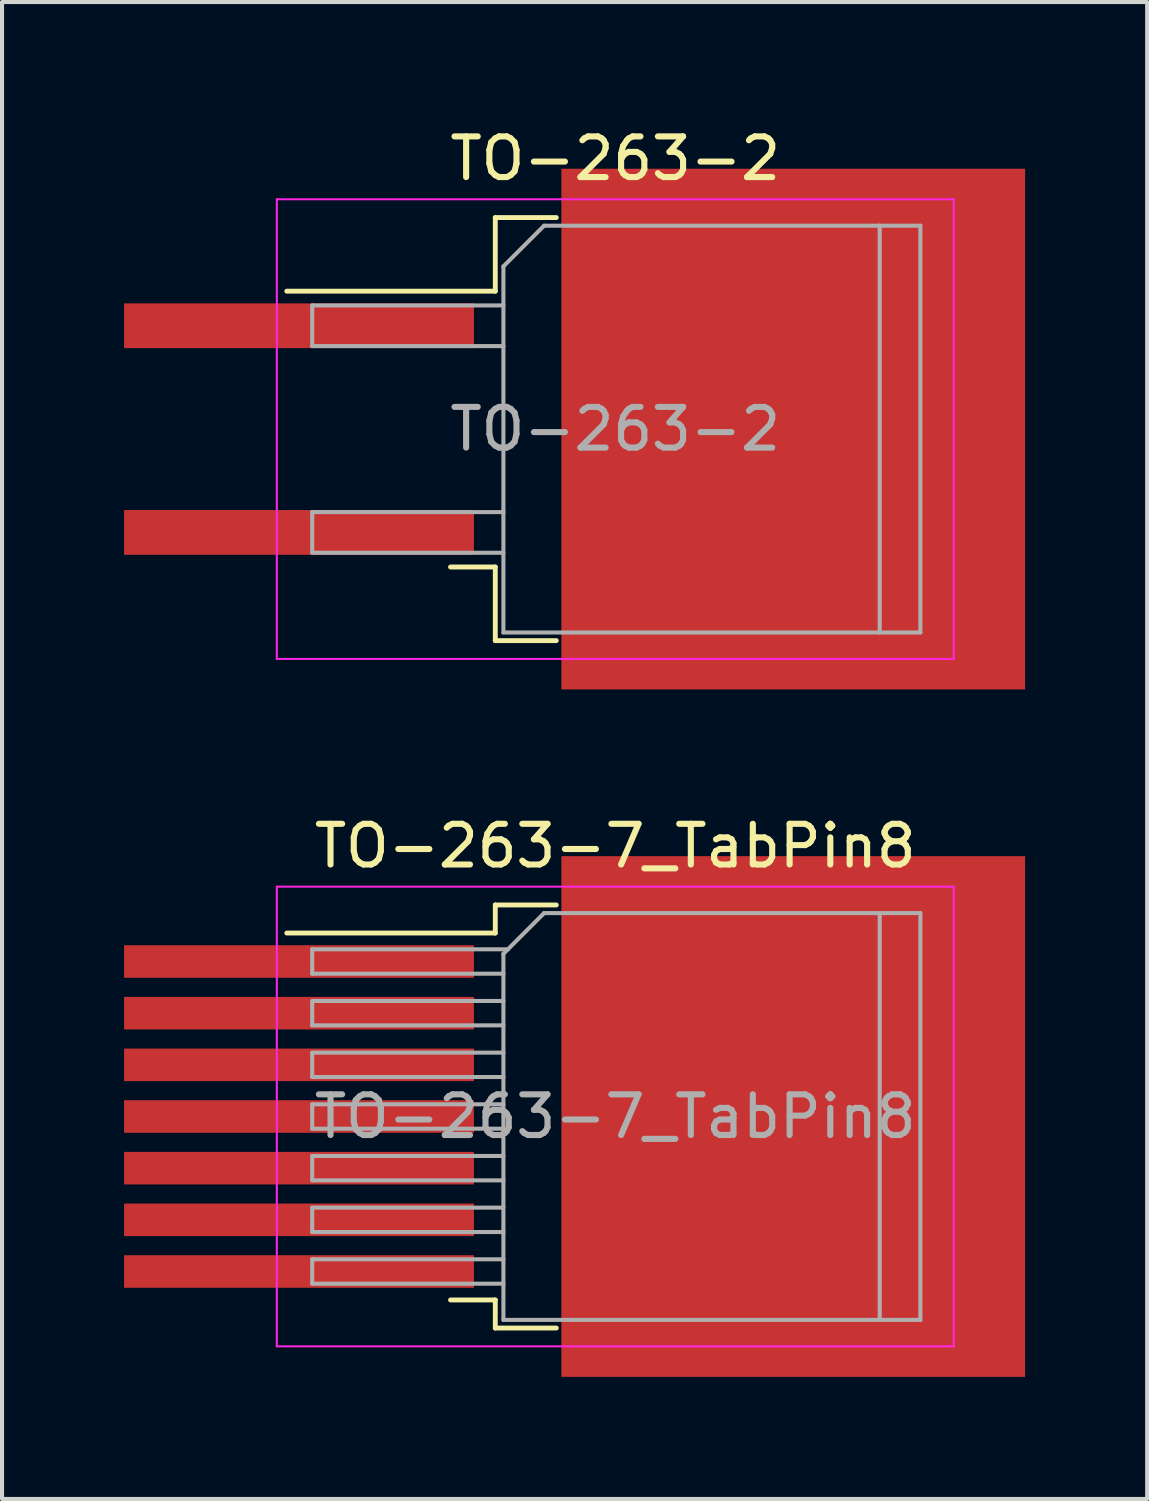
<source format=kicad_pcb>
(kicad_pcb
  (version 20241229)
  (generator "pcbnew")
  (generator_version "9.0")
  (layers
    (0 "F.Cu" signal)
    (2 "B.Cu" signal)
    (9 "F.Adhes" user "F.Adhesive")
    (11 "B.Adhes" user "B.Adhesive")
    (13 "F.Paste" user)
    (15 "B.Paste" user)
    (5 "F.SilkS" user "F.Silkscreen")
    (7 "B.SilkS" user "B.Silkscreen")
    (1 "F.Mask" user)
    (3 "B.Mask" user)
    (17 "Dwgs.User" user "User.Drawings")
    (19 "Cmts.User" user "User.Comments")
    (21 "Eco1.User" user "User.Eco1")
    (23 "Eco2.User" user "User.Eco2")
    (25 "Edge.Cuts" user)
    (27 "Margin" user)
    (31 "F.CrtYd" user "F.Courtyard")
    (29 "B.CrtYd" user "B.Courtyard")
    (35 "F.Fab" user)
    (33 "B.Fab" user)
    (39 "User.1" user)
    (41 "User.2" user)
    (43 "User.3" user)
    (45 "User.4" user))
  (footprint "TO-263-2"
    (layer "F.Cu")
    (at 12.075 7.498)
    (property "Reference" "TO-263-2" (at 0 -6.65 0) (layer "F.SilkS") (effects (font (size 1 1) (thickness 0.15))))
    (attr smd)
    (fp_line (start -2.95 -5.2) (end -2.95 -3.39) (stroke (width 0.12) (type solid)) (layer "F.SilkS"))
    (fp_line (start -2.95 -3.39) (end -8.075 -3.39) (stroke (width 0.12) (type solid)) (layer "F.SilkS"))
    (fp_line (start -2.95 3.39) (end -4.05 3.39) (stroke (width 0.12) (type solid)) (layer "F.SilkS"))
    (fp_line (start -2.95 5.2) (end -2.95 3.39) (stroke (width 0.12) (type solid)) (layer "F.SilkS"))
    (fp_line (start -1.45 -5.2) (end -2.95 -5.2) (stroke (width 0.12) (type solid)) (layer "F.SilkS"))
    (fp_line (start -1.45 5.2) (end -2.95 5.2) (stroke (width 0.12) (type solid)) (layer "F.SilkS"))
    (fp_line (start -8.32 -5.65) (end -8.32 5.65) (stroke (width 0.05) (type solid)) (layer "F.CrtYd"))
    (fp_line (start -8.32 5.65) (end 8.32 5.65) (stroke (width 0.05) (type solid)) (layer "F.CrtYd"))
    (fp_line (start 8.32 -5.65) (end -8.32 -5.65) (stroke (width 0.05) (type solid)) (layer "F.CrtYd"))
    (fp_line (start 8.32 5.65) (end 8.32 -5.65) (stroke (width 0.05) (type solid)) (layer "F.CrtYd"))
    (fp_line (start -7.45 -3.04) (end -7.45 -2.04) (stroke (width 0.1) (type solid)) (layer "F.Fab"))
    (fp_line (start -7.45 -2.04) (end -2.75 -2.04) (stroke (width 0.1) (type solid)) (layer "F.Fab"))
    (fp_line (start -7.45 2.04) (end -7.45 3.04) (stroke (width 0.1) (type solid)) (layer "F.Fab"))
    (fp_line (start -7.45 3.04) (end -2.75 3.04) (stroke (width 0.1) (type solid)) (layer "F.Fab"))
    (fp_line (start -2.75 -4) (end -1.75 -5) (stroke (width 0.1) (type solid)) (layer "F.Fab"))
    (fp_line (start -2.75 -3.04) (end -7.45 -3.04) (stroke (width 0.1) (type solid)) (layer "F.Fab"))
    (fp_line (start -2.75 2.04) (end -7.45 2.04) (stroke (width 0.1) (type solid)) (layer "F.Fab"))
    (fp_line (start -2.75 5) (end -2.75 -4) (stroke (width 0.1) (type solid)) (layer "F.Fab"))
    (fp_line (start -1.75 -5) (end 6.5 -5) (stroke (width 0.1) (type solid)) (layer "F.Fab"))
    (fp_line (start 6.5 -5) (end 6.5 5) (stroke (width 0.1) (type solid)) (layer "F.Fab"))
    (fp_line (start 6.5 -5) (end 7.5 -5) (stroke (width 0.1) (type solid)) (layer "F.Fab"))
    (fp_line (start 6.5 5) (end -2.75 5) (stroke (width 0.1) (type solid)) (layer "F.Fab"))
    (fp_line (start 7.5 -5) (end 7.5 5) (stroke (width 0.1) (type solid)) (layer "F.Fab"))
    (fp_line (start 7.5 5) (end 6.5 5) (stroke (width 0.1) (type solid)) (layer "F.Fab"))
    (fp_text user "${REFERENCE}" (at 0 0 0) (layer "F.Fab") (effects (font (size 1 1) (thickness 0.15))))
    (pad "" smd rect (at 0.95 -2.775) (size 4.55 6.25) (drill (offset 0 -0.5)) (layers "F.Mask" "F.Paste"))
    (pad "" smd rect (at 0.95 2.775) (size 4.55 6.25) (drill (offset 0 0.5)) (layers "F.Paste"))
    (pad "" smd rect (at 5.8 -2.775) (size 6.55 6.25) (drill (offset 1 -0.5)) (layers "F.Mask" "F.Paste"))
    (pad "" smd rect (at 5.8 2.775) (size 6.55 6.25) (drill (offset 1 0.5)) (layers "F.Mask" "F.Paste"))
    (pad "1" smd rect (at -5.775 -2.54) (size 8.6 1.1) (drill (offset -2 0)) (layers "F.Cu" "F.Mask" "F.Paste"))
    (pad "2" smd rect (at 3.375 0) (size 11.4 12.8) (drill (offset 1 0)) (layers "F.Cu" "F.Mask"))
    (pad "3" smd rect (at -5.775 2.54) (size 8.6 1.1) (drill (offset -2 0)) (layers "F.Cu" "F.Mask" "F.Paste")))
  (footprint "TO-263-7_TabPin8"
    (layer "F.Cu")
    (at 12.075 24.396)
    (property "Reference" "TO-263-7_TabPin8" (at 0 -6.65 0) (layer "F.SilkS") (effects (font (size 1 1) (thickness 0.15))))
    (attr smd)
    (fp_line (start -2.95 -5.2) (end -2.95 -4.51) (stroke (width 0.12) (type solid)) (layer "F.SilkS"))
    (fp_line (start -2.95 -4.51) (end -8.075 -4.51) (stroke (width 0.12) (type solid)) (layer "F.SilkS"))
    (fp_line (start -2.95 4.51) (end -4.05 4.51) (stroke (width 0.12) (type solid)) (layer "F.SilkS"))
    (fp_line (start -2.95 5.2) (end -2.95 4.51) (stroke (width 0.12) (type solid)) (layer "F.SilkS"))
    (fp_line (start -1.45 -5.2) (end -2.95 -5.2) (stroke (width 0.12) (type solid)) (layer "F.SilkS"))
    (fp_line (start -1.45 5.2) (end -2.95 5.2) (stroke (width 0.12) (type solid)) (layer "F.SilkS"))
    (fp_line (start -8.32 -5.65) (end -8.32 5.65) (stroke (width 0.05) (type solid)) (layer "F.CrtYd"))
    (fp_line (start -8.32 5.65) (end 8.32 5.65) (stroke (width 0.05) (type solid)) (layer "F.CrtYd"))
    (fp_line (start 8.32 -5.65) (end -8.32 -5.65) (stroke (width 0.05) (type solid)) (layer "F.CrtYd"))
    (fp_line (start 8.32 5.65) (end 8.32 -5.65) (stroke (width 0.05) (type solid)) (layer "F.CrtYd"))
    (fp_line (start -7.45 -4.11) (end -7.45 -3.51) (stroke (width 0.1) (type solid)) (layer "F.Fab"))
    (fp_line (start -7.45 -3.51) (end -2.75 -3.51) (stroke (width 0.1) (type solid)) (layer "F.Fab"))
    (fp_line (start -7.45 -2.84) (end -7.45 -2.24) (stroke (width 0.1) (type solid)) (layer "F.Fab"))
    (fp_line (start -7.45 -2.24) (end -2.75 -2.24) (stroke (width 0.1) (type solid)) (layer "F.Fab"))
    (fp_line (start -7.45 -1.57) (end -7.45 -0.97) (stroke (width 0.1) (type solid)) (layer "F.Fab"))
    (fp_line (start -7.45 -0.97) (end -2.75 -0.97) (stroke (width 0.1) (type solid)) (layer "F.Fab"))
    (fp_line (start -7.45 -0.3) (end -7.45 0.3) (stroke (width 0.1) (type solid)) (layer "F.Fab"))
    (fp_line (start -7.45 0.3) (end -2.75 0.3) (stroke (width 0.1) (type solid)) (layer "F.Fab"))
    (fp_line (start -7.45 0.97) (end -7.45 1.57) (stroke (width 0.1) (type solid)) (layer "F.Fab"))
    (fp_line (start -7.45 1.57) (end -2.75 1.57) (stroke (width 0.1) (type solid)) (layer "F.Fab"))
    (fp_line (start -7.45 2.24) (end -7.45 2.84) (stroke (width 0.1) (type solid)) (layer "F.Fab"))
    (fp_line (start -7.45 2.84) (end -2.75 2.84) (stroke (width 0.1) (type solid)) (layer "F.Fab"))
    (fp_line (start -7.45 3.51) (end -7.45 4.11) (stroke (width 0.1) (type solid)) (layer "F.Fab"))
    (fp_line (start -7.45 4.11) (end -2.75 4.11) (stroke (width 0.1) (type solid)) (layer "F.Fab"))
    (fp_line (start -2.75 -4) (end -1.75 -5) (stroke (width 0.1) (type solid)) (layer "F.Fab"))
    (fp_line (start -2.75 -2.84) (end -7.45 -2.84) (stroke (width 0.1) (type solid)) (layer "F.Fab"))
    (fp_line (start -2.75 -1.57) (end -7.45 -1.57) (stroke (width 0.1) (type solid)) (layer "F.Fab"))
    (fp_line (start -2.75 -0.3) (end -7.45 -0.3) (stroke (width 0.1) (type solid)) (layer "F.Fab"))
    (fp_line (start -2.75 0.97) (end -7.45 0.97) (stroke (width 0.1) (type solid)) (layer "F.Fab"))
    (fp_line (start -2.75 2.24) (end -7.45 2.24) (stroke (width 0.1) (type solid)) (layer "F.Fab"))
    (fp_line (start -2.75 3.51) (end -7.45 3.51) (stroke (width 0.1) (type solid)) (layer "F.Fab"))
    (fp_line (start -2.75 5) (end -2.75 -4) (stroke (width 0.1) (type solid)) (layer "F.Fab"))
    (fp_line (start -2.64 -4.11) (end -7.45 -4.11) (stroke (width 0.1) (type solid)) (layer "F.Fab"))
    (fp_line (start -1.75 -5) (end 6.5 -5) (stroke (width 0.1) (type solid)) (layer "F.Fab"))
    (fp_line (start 6.5 -5) (end 6.5 5) (stroke (width 0.1) (type solid)) (layer "F.Fab"))
    (fp_line (start 6.5 -5) (end 7.5 -5) (stroke (width 0.1) (type solid)) (layer "F.Fab"))
    (fp_line (start 6.5 5) (end -2.75 5) (stroke (width 0.1) (type solid)) (layer "F.Fab"))
    (fp_line (start 7.5 -5) (end 7.5 5) (stroke (width 0.1) (type solid)) (layer "F.Fab"))
    (fp_line (start 7.5 5) (end 6.5 5) (stroke (width 0.1) (type solid)) (layer "F.Fab"))
    (fp_text user "${REFERENCE}" (at 0 0 0) (layer "F.Fab") (effects (font (size 1 1) (thickness 0.15))))
    (pad "" smd rect (at 0.95 -2.775) (size 4.55 6.25) (drill (offset 0 -0.5)) (layers "F.Paste"))
    (pad "" smd rect (at 0.95 2.775) (size 4.55 6.25) (drill (offset 0 0.5)) (layers "F.Paste"))
    (pad "" smd rect (at 5.8 -2.775) (size 6.55 6.25) (drill (offset 1 -0.5)) (layers "F.Paste"))
    (pad "" smd rect (at 5.8 2.775) (size 6.55 6.25) (drill (offset 1 0.5)) (layers "F.Paste"))
    (pad "1" smd rect (at -5.775 -3.81) (size 8.6 0.8) (drill (offset -2 0)) (layers "F.Cu" "F.Mask" "F.Paste"))
    (pad "2" smd rect (at -5.775 -2.54) (size 8.6 0.8) (drill (offset -2 0)) (layers "F.Cu" "F.Mask" "F.Paste"))
    (pad "3" smd rect (at -5.775 -1.27) (size 8.6 0.8) (drill (offset -2 0)) (layers "F.Cu" "F.Mask" "F.Paste"))
    (pad "4" smd rect (at -5.775 0) (size 8.6 0.8) (drill (offset -2 0)) (layers "F.Cu" "F.Mask" "F.Paste"))
    (pad "5" smd rect (at -5.775 1.27) (size 8.6 0.8) (drill (offset -2 0)) (layers "F.Cu" "F.Mask" "F.Paste"))
    (pad "6" smd rect (at -5.775 2.54) (size 8.6 0.8) (drill (offset -2 0)) (layers "F.Cu" "F.Mask" "F.Paste"))
    (pad "7" smd rect (at -5.775 3.81) (size 8.6 0.8) (drill (offset -2 0)) (layers "F.Cu" "F.Mask" "F.Paste"))
    (pad "8" smd rect (at 3.375 0) (size 11.4 12.8) (drill (offset 1 0)) (layers "F.Cu" "F.Mask")))
  (gr_rect
    (start -3 -3)
    (end 25.15 33.797)
    (stroke (width 0.1) (type default))
    (fill no)
    (layer "Edge.Cuts")))
</source>
